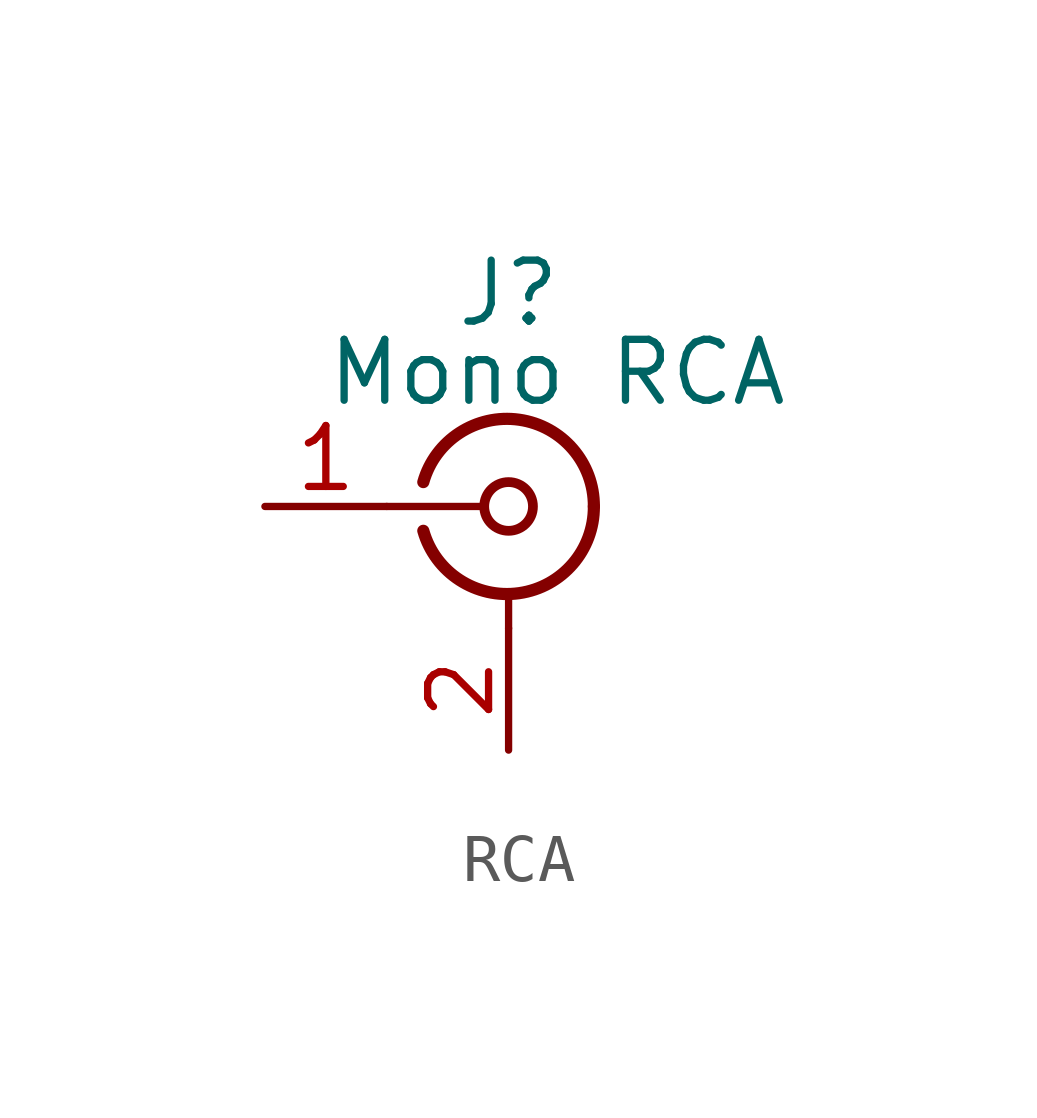
<source format=kicad_sym>
(kicad_symbol_lib
  (version 20231120)
  (generator "kicad_symbol_editor")
  (generator_version "8.0")
  (symbol "RCA"
    (pin_names
      (offset 1.016) hide)
    (property "Reference" "J"
      (at 0 4.445 0)
      (effects (font (size 1.27 1.27))))
    (property "Value" "Mono RCA"
      (at 1.016 2.794 0)
      (effects (font (size 1.27 1.27))))
    (symbol "RCA_0_1"
      (arc (start -1.778 -0.508) (mid 0.2311 -1.8066) (end 1.778 0) (stroke (width 0.254) (type default)) (fill (type none)))
      (polyline (pts (xy -2.54 0) (xy -0.508 0)) (stroke (width 0) (type default)) (fill (type none)))
      (polyline (pts (xy 0 -2.54) (xy 0 -1.778)) (stroke (width 0) (type default)) (fill (type none)))
      (circle (center 0 0) (radius 0.508) (stroke (width 0.203) (type default)) (fill (type none)))
      (arc (start 1.778 0) (mid 0.2099 1.8101) (end -1.778 0.508) (stroke (width 0.254) (type default)) (fill (type none))))
    (symbol "RCA_1_1"
      (pin passive line (at -5.08 0 0) (length 2.54) (name "In" (effects (font (size 1.27 1.27)))) (number "1" (effects (font (size 1.27 1.27)))))
      (pin passive line (at 0 -5.08 90) (length 2.54) (name "Ext" (effects (font (size 1.27 1.27)))) (number "2" (effects (font (size 1.27 1.27))))))))
</source>
